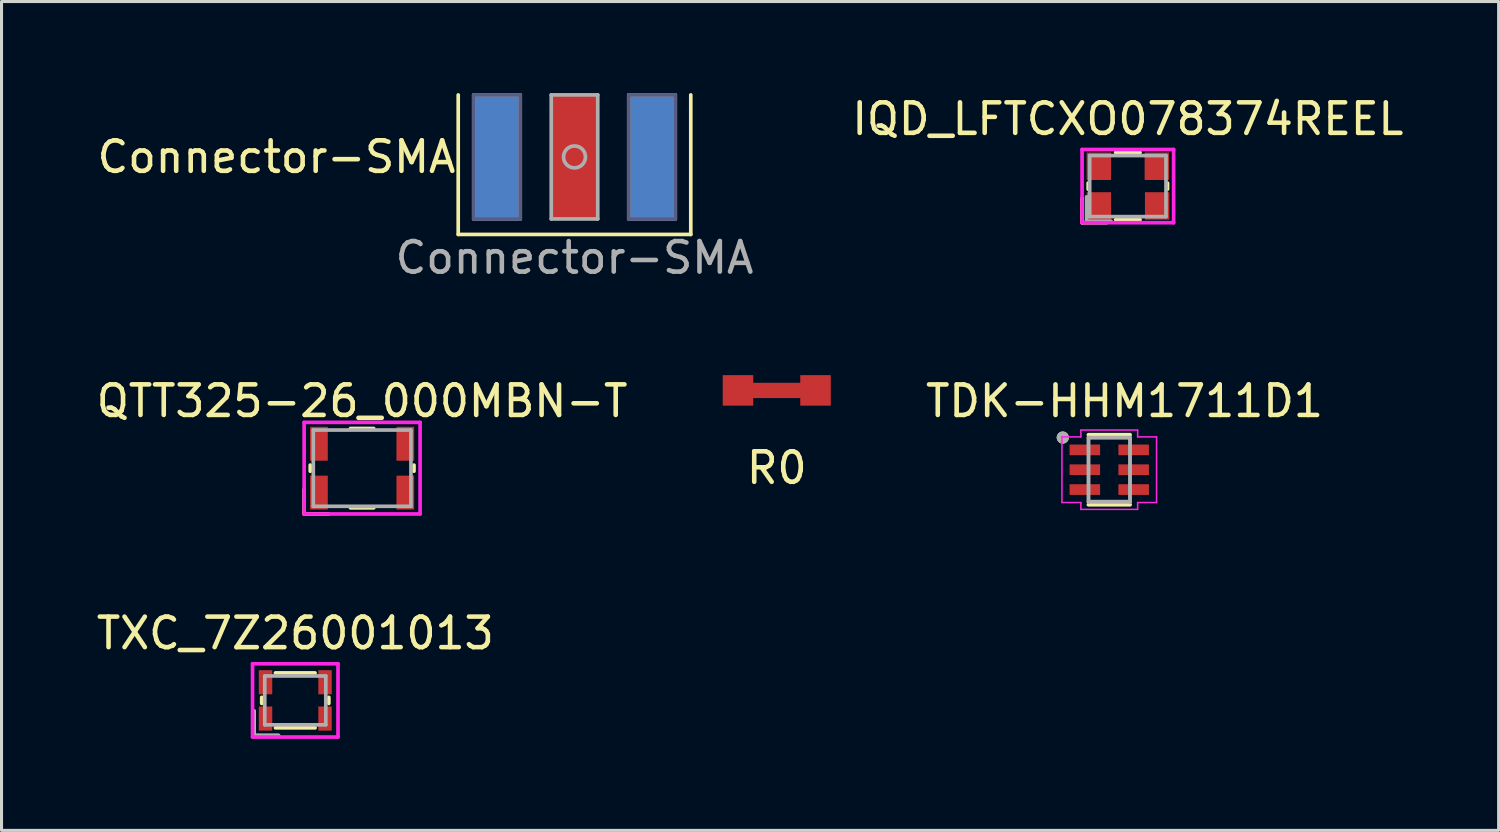
<source format=kicad_pcb>
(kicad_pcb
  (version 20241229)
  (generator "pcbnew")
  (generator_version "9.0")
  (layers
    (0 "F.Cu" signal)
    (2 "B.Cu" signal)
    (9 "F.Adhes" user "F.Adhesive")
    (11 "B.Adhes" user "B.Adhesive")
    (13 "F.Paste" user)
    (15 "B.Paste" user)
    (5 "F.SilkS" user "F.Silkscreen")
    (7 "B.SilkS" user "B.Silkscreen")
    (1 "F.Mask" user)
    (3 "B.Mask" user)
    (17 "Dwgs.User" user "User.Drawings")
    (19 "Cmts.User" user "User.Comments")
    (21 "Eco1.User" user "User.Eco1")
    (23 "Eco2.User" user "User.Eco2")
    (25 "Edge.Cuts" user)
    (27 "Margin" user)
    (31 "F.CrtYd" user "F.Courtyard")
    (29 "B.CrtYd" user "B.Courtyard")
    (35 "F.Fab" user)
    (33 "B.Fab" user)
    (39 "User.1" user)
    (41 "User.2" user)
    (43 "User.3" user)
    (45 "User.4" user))
  (footprint "Connector-SMA"
    (layer "F.Cu")
    (at 15.774 2.092)
    (property "Reference" "Connector-SMA" (at 0 3.302 0) (layer "F.Fab") (effects (font (size 1 1) (thickness 0.15))))
    (attr through_hole)
    (fp_line (start -3.81 -2.032) (end -3.81 2.54) (stroke (width 0.12) (type solid)) (layer "F.SilkS"))
    (fp_line (start -3.81 2.54) (end 3.81 2.54) (stroke (width 0.12) (type solid)) (layer "F.SilkS"))
    (fp_line (start 3.81 2.54) (end 3.81 -2.032) (stroke (width 0.12) (type solid)) (layer "F.SilkS"))
    (fp_line (start -3.302 -2.032) (end -1.778 -2.032) (stroke (width 0.12) (type solid)) (layer "B.Fab"))
    (fp_line (start -3.302 2.032) (end -3.302 -2.032) (stroke (width 0.12) (type solid)) (layer "B.Fab"))
    (fp_line (start -1.778 -2.032) (end -1.778 2.032) (stroke (width 0.12) (type solid)) (layer "B.Fab"))
    (fp_line (start -1.778 2.032) (end -3.302 2.032) (stroke (width 0.12) (type solid)) (layer "B.Fab"))
    (fp_line (start 1.778 -2.032) (end 3.302 -2.032) (stroke (width 0.12) (type solid)) (layer "B.Fab"))
    (fp_line (start 1.778 2.032) (end 1.778 -2.032) (stroke (width 0.12) (type solid)) (layer "B.Fab"))
    (fp_line (start 3.302 -2.032) (end 3.302 2.032) (stroke (width 0.12) (type solid)) (layer "B.Fab"))
    (fp_line (start 3.302 2.032) (end 1.778 2.032) (stroke (width 0.12) (type solid)) (layer "B.Fab"))
    (fp_line (start -3.302 -2.032) (end -1.778 -2.032) (stroke (width 0.12) (type solid)) (layer "F.Fab"))
    (fp_line (start -3.302 2.032) (end -3.302 -2.032) (stroke (width 0.12) (type solid)) (layer "F.Fab"))
    (fp_line (start -1.778 -2.032) (end -1.778 2.032) (stroke (width 0.12) (type solid)) (layer "F.Fab"))
    (fp_line (start -1.778 2.032) (end -3.302 2.032) (stroke (width 0.12) (type solid)) (layer "F.Fab"))
    (fp_line (start -0.762 -2.032) (end 0.762 -2.032) (stroke (width 0.12) (type solid)) (layer "F.Fab"))
    (fp_line (start -0.762 2.032) (end -0.762 -2.032) (stroke (width 0.12) (type solid)) (layer "F.Fab"))
    (fp_line (start 0.762 -2.032) (end 0.762 2.032) (stroke (width 0.12) (type solid)) (layer "F.Fab"))
    (fp_line (start 0.762 2.032) (end -0.762 2.032) (stroke (width 0.12) (type solid)) (layer "F.Fab"))
    (fp_line (start 1.778 -2.032) (end 3.302 -2.032) (stroke (width 0.12) (type solid)) (layer "F.Fab"))
    (fp_line (start 1.778 2.032) (end 1.778 -2.032) (stroke (width 0.12) (type solid)) (layer "F.Fab"))
    (fp_line (start 3.302 -2.032) (end 3.302 2.032) (stroke (width 0.12) (type solid)) (layer "F.Fab"))
    (fp_line (start 3.302 2.032) (end 1.778 2.032) (stroke (width 0.12) (type solid)) (layer "F.Fab"))
    (fp_circle (center 0 0) (end 0.254 0.254) (stroke (width 0.12) (type solid)) (fill no) (layer "F.Fab"))
    (fp_text user "${REFERENCE}" (at -3.81 0 0) (layer "F.SilkS") (effects (font (size 1 1) (thickness 0.15)) (justify right)))
    (pad "1" smd rect (at 0 0) (size 1.524 4.064) (layers "F.Cu" "F.Mask" "F.Paste"))
    (pad "2" smd rect (at -2.54 0) (size 1.524 4.064) (layers "F.Cu" "F.Mask" "F.Paste"))
    (pad "2" smd rect (at -2.54 0) (size 1.524 4.064) (layers "B.Cu" "B.Mask" "B.Paste"))
    (pad "2" smd rect (at 2.54 0) (size 1.524 4.064) (layers "F.Cu" "F.Mask" "F.Paste"))
    (pad "2" smd rect (at 2.54 0) (size 1.524 4.064) (layers "B.Cu" "B.Mask" "B.Paste")))
  (footprint "QTT325-26_000MBN-T"
    (layer "F.Cu")
    (at 8.815 12.29)
    (property "Reference" "QTT325-26_000MBN-T" (at 0 -2.2 0) (layer "F.SilkS") (effects (font (size 1 1) (thickness 0.15))))
    (attr smd)
    (fp_line (start -1.9 0.7) (end -1.9 1.5) (stroke (width 0.12) (type solid)) (layer "F.SilkS"))
    (fp_line (start -1.7 -0.1) (end -1.7 0.1) (stroke (width 0.12) (type solid)) (layer "F.SilkS"))
    (fp_line (start -1.1 1.5) (end -1.9 1.5) (stroke (width 0.12) (type solid)) (layer "F.SilkS"))
    (fp_line (start -0.381 -1.3) (end 0.381 -1.3) (stroke (width 0.12) (type solid)) (layer "F.SilkS"))
    (fp_line (start -0.381 1.3) (end 0.381 1.3) (stroke (width 0.12) (type solid)) (layer "F.SilkS"))
    (fp_line (start 1.7 -0.1) (end 1.7 0.1) (stroke (width 0.12) (type solid)) (layer "F.SilkS"))
    (fp_line (start -1.9 -1.5) (end 1.9 -1.5) (stroke (width 0.12) (type solid)) (layer "F.CrtYd"))
    (fp_line (start -1.9 1.5) (end -1.9 -1.5) (stroke (width 0.12) (type solid)) (layer "F.CrtYd"))
    (fp_line (start 1.9 -1.5) (end 1.9 1.5) (stroke (width 0.12) (type solid)) (layer "F.CrtYd"))
    (fp_line (start 1.9 1.5) (end -1.9 1.5) (stroke (width 0.12) (type solid)) (layer "F.CrtYd"))
    (fp_line (start -1.6 -1.25) (end 1.6 -1.25) (stroke (width 0.12) (type solid)) (layer "F.Fab"))
    (fp_line (start -1.6 1.25) (end -1.6 -1.25) (stroke (width 0.12) (type solid)) (layer "F.Fab"))
    (fp_line (start 1.6 -1.25) (end 1.6 1.25) (stroke (width 0.12) (type solid)) (layer "F.Fab"))
    (fp_line (start 1.6 1.25) (end -1.6 1.25) (stroke (width 0.12) (type solid)) (layer "F.Fab"))
    (pad "1" smd rect (at -1.415 0.8) (size 0.58 1.11) (layers "F.Cu" "F.Mask" "F.Paste"))
    (pad "2" smd rect (at 1.415 0.8) (size 0.58 1.11) (layers "F.Cu" "F.Mask" "F.Paste"))
    (pad "3" smd rect (at 1.415 -0.8) (size 0.58 1.11) (layers "F.Cu" "F.Mask" "F.Paste"))
    (pad "4" smd rect (at -1.415 -0.8) (size 0.58 1.11) (layers "F.Cu" "F.Mask" "F.Paste")))
  (footprint "TDK-HHM1711D1"
    (layer "F.Cu")
    (at 33.296 12.341)
    (property "Reference" "TDK-HHM1711D1" (at 0.5 -2.25 0) (layer "F.SilkS") (effects (font (size 1 1) (thickness 0.15))))
    (attr smd)
    (fp_line (start -0.68 1.145) (end 0.68 1.145) (stroke (width 0.127) (type solid)) (layer "F.SilkS"))
    (fp_line (start 0.68 -1.145) (end -0.68 -1.145) (stroke (width 0.127) (type solid)) (layer "F.SilkS"))
    (fp_circle (center -1.524 -1.054) (end -1.424 -1.054) (stroke (width 0.2) (type solid)) (fill no) (layer "F.SilkS"))
    (fp_line (start -1.55 -1.075) (end -1.55 1.075) (stroke (width 0.05) (type solid)) (layer "F.CrtYd"))
    (fp_line (start -1.55 1.075) (end -0.93 1.075) (stroke (width 0.05) (type solid)) (layer "F.CrtYd"))
    (fp_line (start -0.93 -1.3) (end -0.93 -1.075) (stroke (width 0.05) (type solid)) (layer "F.CrtYd"))
    (fp_line (start -0.93 -1.075) (end -1.55 -1.075) (stroke (width 0.05) (type solid)) (layer "F.CrtYd"))
    (fp_line (start -0.93 1.075) (end -0.93 1.3) (stroke (width 0.05) (type solid)) (layer "F.CrtYd"))
    (fp_line (start -0.93 1.3) (end 0.93 1.3) (stroke (width 0.05) (type solid)) (layer "F.CrtYd"))
    (fp_line (start 0.93 -1.3) (end -0.93 -1.3) (stroke (width 0.05) (type solid)) (layer "F.CrtYd"))
    (fp_line (start 0.93 -1.075) (end 0.93 -1.3) (stroke (width 0.05) (type solid)) (layer "F.CrtYd"))
    (fp_line (start 0.93 1.075) (end 1.55 1.075) (stroke (width 0.05) (type solid)) (layer "F.CrtYd"))
    (fp_line (start 0.93 1.3) (end 0.93 1.075) (stroke (width 0.05) (type solid)) (layer "F.CrtYd"))
    (fp_line (start 1.55 -1.075) (end 0.93 -1.075) (stroke (width 0.05) (type solid)) (layer "F.CrtYd"))
    (fp_line (start 1.55 1.075) (end 1.55 -1.075) (stroke (width 0.05) (type solid)) (layer "F.CrtYd"))
    (fp_line (start -0.68 -1.05) (end -0.68 1.05) (stroke (width 0.127) (type solid)) (layer "F.Fab"))
    (fp_line (start -0.68 1.05) (end 0.68 1.05) (stroke (width 0.127) (type solid)) (layer "F.Fab"))
    (fp_line (start 0.68 -1.05) (end -0.68 -1.05) (stroke (width 0.127) (type solid)) (layer "F.Fab"))
    (fp_line (start 0.68 1.05) (end 0.68 -1.05) (stroke (width 0.127) (type solid)) (layer "F.Fab"))
    (fp_circle (center -1.524 -1.054) (end -1.424 -1.054) (stroke (width 0.2) (type solid)) (fill no) (layer "F.Fab"))
    (pad "1" smd rect (at -0.8 -0.65) (size 1 0.35) (layers "F.Cu" "F.Mask" "F.Paste"))
    (pad "2" smd rect (at -0.8 0) (size 1 0.35) (layers "F.Cu" "F.Mask" "F.Paste"))
    (pad "3" smd rect (at -0.8 0.65) (size 1 0.35) (layers "F.Cu" "F.Mask" "F.Paste"))
    (pad "4" smd rect (at 0.8 0.65) (size 1 0.35) (layers "F.Cu" "F.Mask" "F.Paste"))
    (pad "5" smd rect (at 0.8 0) (size 1 0.35) (layers "F.Cu" "F.Mask" "F.Paste"))
    (pad "6" smd rect (at 0.8 -0.65) (size 1 0.35) (layers "F.Cu" "F.Mask" "F.Paste")))
  (footprint "TXC_7Z26001013"
    (layer "F.Cu")
    (at 6.625 19.899)
    (property "Reference" "TXC_7Z26001013" (at 0 -2.2 0) (layer "F.SilkS") (effects (font (size 1 1) (thickness 0.15))))
    (attr smd)
    (fp_line (start -1.35 0.35) (end -1.35 1.15) (stroke (width 0.12) (type solid)) (layer "F.SilkS"))
    (fp_line (start -1.1 -0.1) (end -1.1 0.1) (stroke (width 0.12) (type solid)) (layer "F.SilkS"))
    (fp_line (start -0.65 -0.9) (end 0.65 -0.9) (stroke (width 0.12) (type solid)) (layer "F.SilkS"))
    (fp_line (start -0.65 0.9) (end 0.65 0.9) (stroke (width 0.12) (type solid)) (layer "F.SilkS"))
    (fp_line (start -0.55 1.15) (end -1.35 1.15) (stroke (width 0.12) (type solid)) (layer "F.SilkS"))
    (fp_line (start 1.1 -0.1) (end 1.1 0.1) (stroke (width 0.12) (type solid)) (layer "F.SilkS"))
    (fp_line (start -1.4 -1.2) (end 1.4 -1.2) (stroke (width 0.12) (type solid)) (layer "F.CrtYd"))
    (fp_line (start -1.4 1.2) (end -1.4 -1.2) (stroke (width 0.12) (type solid)) (layer "F.CrtYd"))
    (fp_line (start 1.4 -1.2) (end 1.4 1.2) (stroke (width 0.12) (type solid)) (layer "F.CrtYd"))
    (fp_line (start 1.4 1.2) (end -1.4 1.2) (stroke (width 0.12) (type solid)) (layer "F.CrtYd"))
    (fp_line (start -1.35 0.35) (end -1.35 1.15) (stroke (width 0.12) (type solid)) (layer "F.Fab"))
    (fp_line (start -1 -0.8) (end 1 -0.8) (stroke (width 0.12) (type solid)) (layer "F.Fab"))
    (fp_line (start -1 0.8) (end -1 -0.8) (stroke (width 0.12) (type solid)) (layer "F.Fab"))
    (fp_line (start -0.55 1.15) (end -1.35 1.15) (stroke (width 0.12) (type solid)) (layer "F.Fab"))
    (fp_line (start 1 -0.8) (end 1 0.8) (stroke (width 0.12) (type solid)) (layer "F.Fab"))
    (fp_line (start 1 0.8) (end -1 0.8) (stroke (width 0.12) (type solid)) (layer "F.Fab"))
    (pad "1" smd rect (at -0.975 0.595) (size 0.44 0.79) (layers "F.Cu" "F.Mask" "F.Paste"))
    (pad "2" smd rect (at 0.975 0.595) (size 0.44 0.79) (layers "F.Cu" "F.Mask" "F.Paste"))
    (pad "3" smd rect (at 0.975 -0.595) (size 0.44 0.79) (layers "F.Cu" "F.Mask" "F.Paste"))
    (pad "4" smd rect (at -0.975 -0.595) (size 0.44 0.79) (layers "F.Cu" "F.Mask" "F.Paste")))
  (footprint "IQD_LFTCXO078374REEL"
    (layer "F.Cu")
    (at 33.905 3.048)
    (property "Reference" "IQD_LFTCXO078374REEL" (at 0 -2.2 0) (layer "F.SilkS") (effects (font (size 1 1) (thickness 0.15))))
    (attr smd)
    (fp_line (start -1.5 0.4) (end -1.5 1.2) (stroke (width 0.12) (type solid)) (layer "F.SilkS"))
    (fp_line (start -1.3 -0.1) (end -1.3 0.1) (stroke (width 0.12) (type solid)) (layer "F.SilkS"))
    (fp_line (start -0.7 1.2) (end -1.5 1.2) (stroke (width 0.12) (type solid)) (layer "F.SilkS"))
    (fp_line (start -0.4 -1.1) (end 0.4 -1.1) (stroke (width 0.12) (type solid)) (layer "F.SilkS"))
    (fp_line (start -0.4 1.1) (end 0.4 1.1) (stroke (width 0.12) (type solid)) (layer "F.SilkS"))
    (fp_line (start 1.3 -0.1) (end 1.3 0.1) (stroke (width 0.12) (type solid)) (layer "F.SilkS"))
    (fp_line (start -1.5 -1.2) (end 1.5 -1.2) (stroke (width 0.12) (type solid)) (layer "F.CrtYd"))
    (fp_line (start -1.5 1.2) (end -1.5 -1.2) (stroke (width 0.12) (type solid)) (layer "F.CrtYd"))
    (fp_line (start 1.5 -1.2) (end 1.5 1.2) (stroke (width 0.12) (type solid)) (layer "F.CrtYd"))
    (fp_line (start 1.5 1.2) (end -1.5 1.2) (stroke (width 0.12) (type solid)) (layer "F.CrtYd"))
    (fp_line (start -1.35 0.35) (end -1.35 1.15) (stroke (width 0.12) (type solid)) (layer "F.Fab"))
    (fp_line (start -1.25 -1) (end 1.25 -1) (stroke (width 0.12) (type solid)) (layer "F.Fab"))
    (fp_line (start -1.25 1) (end -1.25 -1) (stroke (width 0.12) (type solid)) (layer "F.Fab"))
    (fp_line (start -0.55 1.15) (end -1.35 1.15) (stroke (width 0.12) (type solid)) (layer "F.Fab"))
    (fp_line (start 1.25 -1) (end 1.25 1) (stroke (width 0.12) (type solid)) (layer "F.Fab"))
    (fp_line (start 1.25 1) (end -1.25 1) (stroke (width 0.12) (type solid)) (layer "F.Fab"))
    (pad "1" smd rect (at -0.95 -0.65) (size 0.8 0.9) (layers "F.Cu" "F.Mask" "F.Paste"))
    (pad "2" smd rect (at 0.95 -0.65) (size 0.8 0.9) (layers "F.Cu" "F.Mask" "F.Paste"))
    (pad "3" smd rect (at 0.96 0.65) (size 0.8 0.9) (layers "F.Cu" "F.Mask" "F.Paste"))
    (pad "4" smd rect (at -0.95 0.65) (size 0.8 0.9) (layers "F.Cu" "F.Mask" "F.Paste")))
  (footprint "R0"
    (layer "F.Cu")
    (at 22.401 9.742)
    (property "Reference" "R0" (at 0 2.54 0) (layer "F.SilkS") (effects (font (size 1 1) (thickness 0.15))))
    (attr exclude_from_pos_files exclude_from_bom)
    (fp_line (start -0.762 0) (end 0.762 0) (stroke (width 0.5) (type solid)) (layer "F.Cu"))
    (pad "1" smd rect (at -1.27 0) (size 1 1) (layers "F.Cu"))
    (pad "2" smd rect (at 1.27 0) (size 1 1) (layers "F.Cu")))
  (gr_rect
    (start -3 -3)
    (end 46.054 24.159)
    (stroke (width 0.1) (type default))
    (fill no)
    (layer "Edge.Cuts")))
</source>
